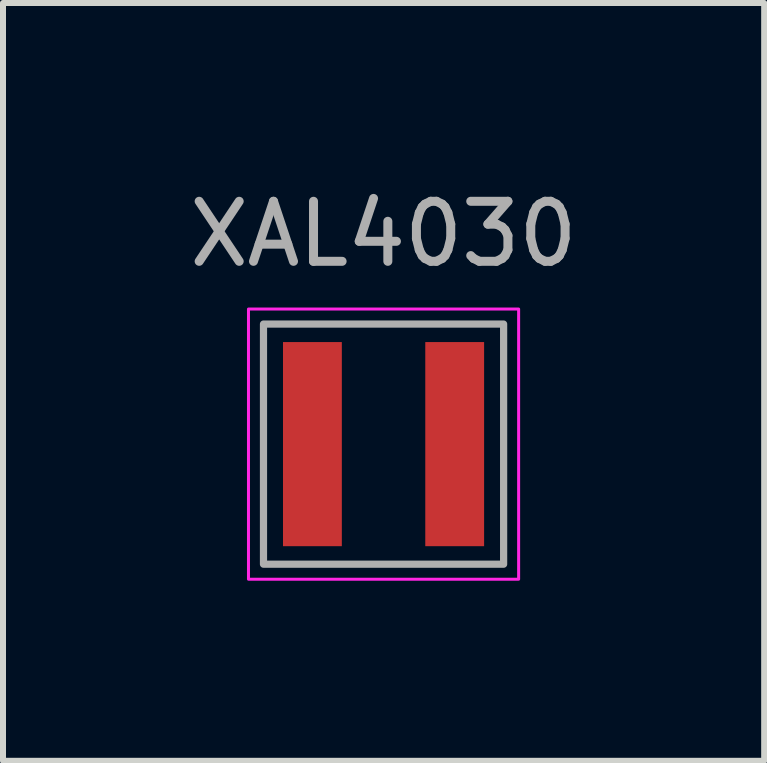
<source format=kicad_pcb>
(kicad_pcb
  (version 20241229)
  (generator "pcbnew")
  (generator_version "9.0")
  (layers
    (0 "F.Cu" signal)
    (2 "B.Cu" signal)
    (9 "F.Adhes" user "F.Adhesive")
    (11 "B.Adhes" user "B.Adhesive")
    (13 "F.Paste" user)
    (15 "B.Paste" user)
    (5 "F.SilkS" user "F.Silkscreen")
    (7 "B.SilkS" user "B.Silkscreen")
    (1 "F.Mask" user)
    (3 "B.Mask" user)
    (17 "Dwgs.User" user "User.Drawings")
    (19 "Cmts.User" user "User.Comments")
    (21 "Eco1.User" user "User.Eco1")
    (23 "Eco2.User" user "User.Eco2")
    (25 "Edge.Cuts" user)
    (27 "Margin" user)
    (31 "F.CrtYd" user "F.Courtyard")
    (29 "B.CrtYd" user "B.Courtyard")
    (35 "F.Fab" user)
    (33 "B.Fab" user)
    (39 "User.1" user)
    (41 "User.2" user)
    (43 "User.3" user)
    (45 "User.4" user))
  (footprint "XAL4030"
    (layer "F.Cu")
    (at 3.339 4.348)
    (property "Reference" "XAL4030" (at 0 -3.5 0) (unlocked yes) (layer "F.Fab") (effects (font (size 1 1) (thickness 0.15))))
    (attr smd)
    (fp_rect (start -2.25 -2.25) (end 2.25 2.25) (stroke (width 0.05) (type default)) (fill no) (layer "F.CrtYd"))
    (fp_rect (start -2 -2) (end 2 2) (stroke (width 0.12) (type default)) (fill no) (layer "F.Fab"))
    (pad "1" smd rect (at -1.185 0) (size 0.98 3.4) (layers "F.Cu" "F.Mask" "F.Paste"))
    (pad "2" smd rect (at 1.185 0) (size 0.98 3.4) (layers "F.Cu" "F.Mask" "F.Paste")))
  (gr_rect
    (start -3 -3)
    (end 9.679 9.623)
    (stroke (width 0.1) (type default))
    (fill no)
    (layer "Edge.Cuts")))
</source>
